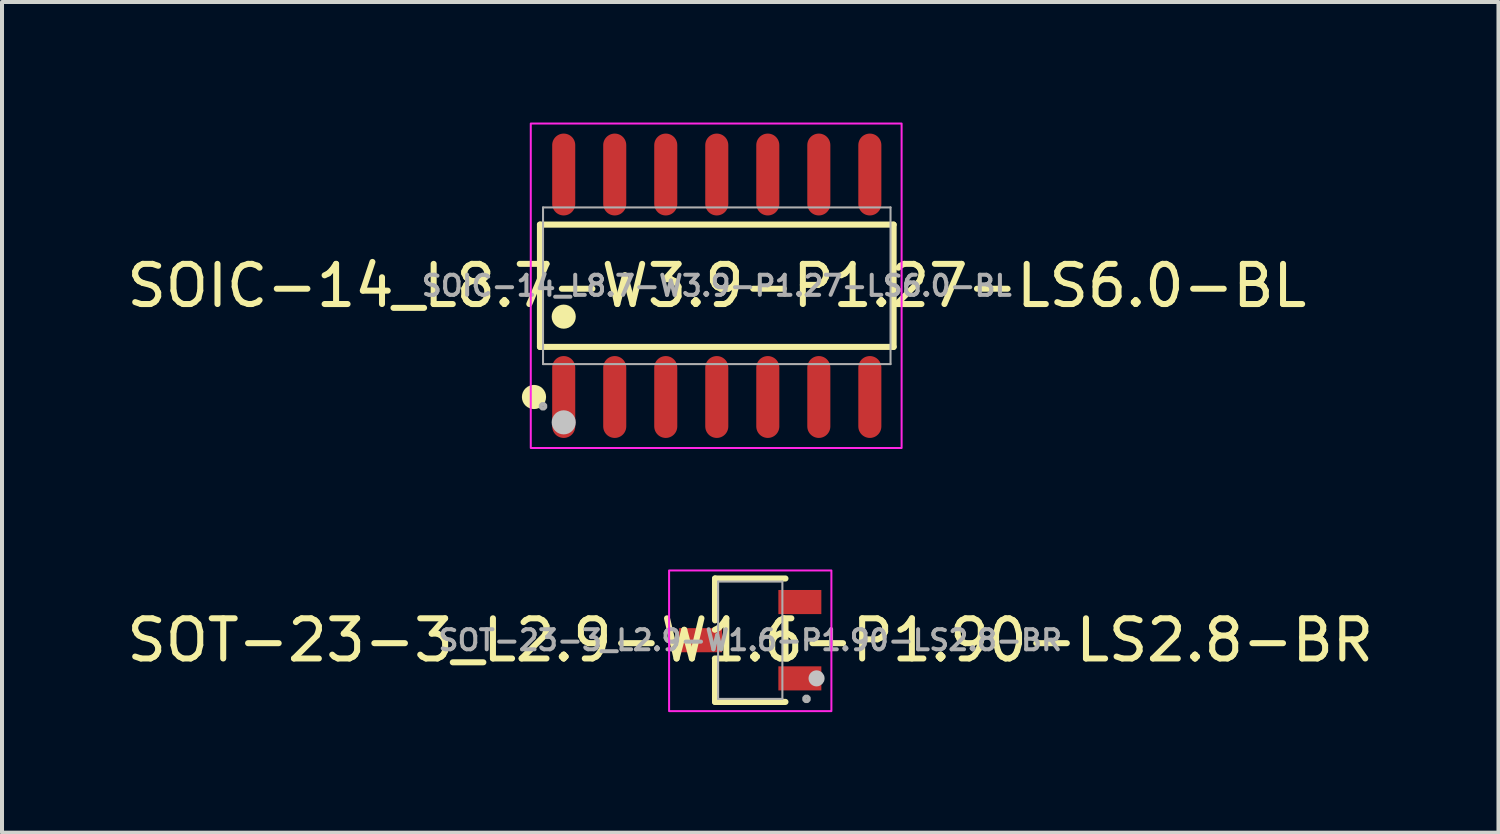
<source format=kicad_pcb>
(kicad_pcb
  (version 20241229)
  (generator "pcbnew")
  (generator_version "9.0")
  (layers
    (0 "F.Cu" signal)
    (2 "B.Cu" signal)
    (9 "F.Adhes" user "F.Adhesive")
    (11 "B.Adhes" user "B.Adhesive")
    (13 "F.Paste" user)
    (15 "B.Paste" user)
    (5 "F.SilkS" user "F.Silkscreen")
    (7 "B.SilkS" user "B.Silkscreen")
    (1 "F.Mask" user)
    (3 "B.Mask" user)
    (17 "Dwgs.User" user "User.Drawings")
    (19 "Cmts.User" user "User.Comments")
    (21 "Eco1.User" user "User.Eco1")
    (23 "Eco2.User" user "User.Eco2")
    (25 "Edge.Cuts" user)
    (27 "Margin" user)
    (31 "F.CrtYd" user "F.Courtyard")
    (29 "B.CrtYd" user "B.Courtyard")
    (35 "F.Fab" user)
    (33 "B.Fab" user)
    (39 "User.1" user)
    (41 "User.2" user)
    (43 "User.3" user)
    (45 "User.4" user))
  (footprint "SOT-23-3_L2.9-W1.6-P1.90-LS2.8-BR"
    (layer "F.Cu")
    (at 15.625 12.886)
    (property "Reference" "SOT-23-3_L2.9-W1.6-P1.90-LS2.8-BR" (at 0 0 0) (layer "F.SilkS") (effects (font (size 1 1) (thickness 0.15))))
    (fp_line (start -0.876 -1.536) (end -0.876 -0.494) (stroke (width 0.152) (type default)) (layer "F.SilkS"))
    (fp_line (start -0.876 1.536) (end -0.876 0.494) (stroke (width 0.152) (type default)) (layer "F.SilkS"))
    (fp_line (start 0.876 -1.536) (end -0.876 -1.536) (stroke (width 0.152) (type default)) (layer "F.SilkS"))
    (fp_line (start 0.876 -0.456) (end 0.876 0.456) (stroke (width 0.152) (type default)) (layer "F.SilkS"))
    (fp_line (start 0.876 1.536) (end -0.876 1.536) (stroke (width 0.152) (type default)) (layer "F.SilkS"))
    (fp_circle (center 1.651 0.95) (end 1.751 0.95) (stroke (width 0.2) (type default)) (fill no) (layer "Dwgs.User"))
    (fp_rect (start -2.02 -1.736) (end 2.02 1.765) (stroke (width 0.05) (type default)) (fill no) (layer "F.CrtYd"))
    (fp_line (start -0.8 -1.46) (end 0.8 -1.46) (stroke (width 0.051) (type default)) (layer "F.Fab"))
    (fp_line (start -0.8 1.46) (end -0.8 -1.46) (stroke (width 0.051) (type default)) (layer "F.Fab"))
    (fp_line (start 0.8 -1.46) (end 0.8 1.46) (stroke (width 0.051) (type default)) (layer "F.Fab"))
    (fp_line (start 0.8 1.46) (end -0.8 1.46) (stroke (width 0.051) (type default)) (layer "F.Fab"))
    (fp_poly (pts (xy 1.455 1.437) (xy 1.423 1.405) (xy 1.377 1.405) (xy 1.345 1.437) (xy 1.345 1.483) (xy 1.377 1.515) (xy 1.423 1.515) (xy 1.455 1.483)) (stroke (width 0.1) (type default)) (fill no) (layer "F.Fab"))
    (fp_poly (pts (xy -0.96 0.2) (xy -0.96 -0.2) (xy -0.79 -0.2) (xy -0.79 0.2)) (stroke (width 0.1) (type default)) (fill no) (layer "User.1"))
    (fp_poly (pts (xy -0.95 0.2) (xy -0.95 -0.2) (xy -1.4 -0.2) (xy -1.4 0.2)) (stroke (width 0.1) (type default)) (fill no) (layer "User.1"))
    (fp_poly (pts (xy 0.79 -0.75) (xy 0.79 -1.15) (xy 0.96 -1.15) (xy 0.96 -0.75)) (stroke (width 0.1) (type default)) (fill no) (layer "User.1"))
    (fp_poly (pts (xy 0.79 1.15) (xy 0.79 0.75) (xy 0.96 0.75) (xy 0.96 1.15)) (stroke (width 0.1) (type default)) (fill no) (layer "User.1"))
    (fp_poly (pts (xy 0.95 -0.75) (xy 0.95 -1.15) (xy 1.4 -1.15) (xy 1.4 -0.75)) (stroke (width 0.1) (type default)) (fill no) (layer "User.1"))
    (fp_poly (pts (xy 0.95 1.15) (xy 0.95 0.75) (xy 1.4 0.75) (xy 1.4 1.15)) (stroke (width 0.1) (type default)) (fill no) (layer "User.1"))
    (fp_text user "${REFERENCE}" (at 0 0 0) (layer "F.Fab") (effects (font (size 0.5 0.5) (thickness 0.1))))
    (pad "1" smd rect (at 1.235 0.95) (size 1.07 0.6) (layers "F.Cu" "F.Mask" "F.Paste"))
    (pad "2" smd rect (at 1.235 -0.95) (size 1.07 0.6) (layers "F.Cu" "F.Mask" "F.Paste"))
    (pad "3" smd rect (at -1.235 0) (size 1.07 0.6) (layers "F.Cu" "F.Mask" "F.Paste")))
  (footprint "SOIC-14_L8.7-W3.9-P1.27-LS6.0-BL"
    (layer "F.Cu")
    (at 14.792 4.063)
    (property "Reference" "SOIC-14_L8.7-W3.9-P1.27-LS6.0-BL" (at 0 0 0) (layer "F.SilkS") (effects (font (size 1 1) (thickness 0.15))))
    (fp_line (start -4.401 -1.522) (end 4.401 -1.522) (stroke (width 0.152) (type default)) (layer "F.SilkS"))
    (fp_line (start -4.401 1.522) (end -4.401 -1.522) (stroke (width 0.152) (type default)) (layer "F.SilkS"))
    (fp_line (start 4.401 -1.522) (end 4.401 1.522) (stroke (width 0.152) (type default)) (layer "F.SilkS"))
    (fp_line (start 4.401 1.522) (end -4.401 1.522) (stroke (width 0.152) (type default)) (layer "F.SilkS"))
    (fp_circle (center -4.55 2.769) (end -4.399 2.769) (stroke (width 0.3) (type default)) (fill no) (layer "F.SilkS"))
    (fp_circle (center -3.81 0.769) (end -3.66 0.769) (stroke (width 0.3) (type default)) (fill no) (layer "F.SilkS"))
    (fp_circle (center -3.81 3.4) (end -3.66 3.4) (stroke (width 0.3) (type default)) (fill no) (layer "Dwgs.User"))
    (fp_rect (start -4.63 -4.038) (end 4.601 4.038) (stroke (width 0.05) (type default)) (fill no) (layer "F.CrtYd"))
    (fp_line (start -4.325 -1.95) (end 4.325 -1.95) (stroke (width 0.051) (type default)) (layer "F.Fab"))
    (fp_line (start -4.325 1.95) (end -4.325 -1.95) (stroke (width 0.051) (type default)) (layer "F.Fab"))
    (fp_line (start 4.325 -1.95) (end 4.325 1.95) (stroke (width 0.051) (type default)) (layer "F.Fab"))
    (fp_line (start 4.325 1.95) (end -4.325 1.95) (stroke (width 0.051) (type default)) (layer "F.Fab"))
    (fp_poly (pts (xy -4.27 2.977) (xy -4.302 2.945) (xy -4.348 2.945) (xy -4.38 2.977) (xy -4.38 3.023) (xy -4.348 3.055) (xy -4.302 3.055) (xy -4.27 3.023)) (stroke (width 0.1) (type default)) (fill no) (layer "F.Fab"))
    (fp_poly (pts (xy -4.015 -3) (xy -4.015 -2.165) (xy -3.605 -2.165) (xy -3.605 -3)) (stroke (width 0.1) (type default)) (fill no) (layer "User.1"))
    (fp_poly (pts (xy -4.015 -2.175) (xy -4.015 -1.94) (xy -3.605 -1.94) (xy -3.605 -2.175)) (stroke (width 0.1) (type default)) (fill no) (layer "User.1"))
    (fp_poly (pts (xy -4.015 2.175) (xy -4.015 1.94) (xy -3.605 1.94) (xy -3.605 2.175)) (stroke (width 0.1) (type default)) (fill no) (layer "User.1"))
    (fp_poly (pts (xy -4.015 3) (xy -4.015 2.165) (xy -3.605 2.165) (xy -3.605 3)) (stroke (width 0.1) (type default)) (fill no) (layer "User.1"))
    (fp_poly (pts (xy -2.745 -3) (xy -2.745 -2.165) (xy -2.335 -2.165) (xy -2.335 -3)) (stroke (width 0.1) (type default)) (fill no) (layer "User.1"))
    (fp_poly (pts (xy -2.745 -2.175) (xy -2.745 -1.94) (xy -2.335 -1.94) (xy -2.335 -2.175)) (stroke (width 0.1) (type default)) (fill no) (layer "User.1"))
    (fp_poly (pts (xy -2.745 2.175) (xy -2.745 1.94) (xy -2.335 1.94) (xy -2.335 2.175)) (stroke (width 0.1) (type default)) (fill no) (layer "User.1"))
    (fp_poly (pts (xy -2.745 3) (xy -2.745 2.165) (xy -2.335 2.165) (xy -2.335 3)) (stroke (width 0.1) (type default)) (fill no) (layer "User.1"))
    (fp_poly (pts (xy -1.475 -3) (xy -1.475 -2.165) (xy -1.065 -2.165) (xy -1.065 -3)) (stroke (width 0.1) (type default)) (fill no) (layer "User.1"))
    (fp_poly (pts (xy -1.475 -2.175) (xy -1.475 -1.94) (xy -1.065 -1.94) (xy -1.065 -2.175)) (stroke (width 0.1) (type default)) (fill no) (layer "User.1"))
    (fp_poly (pts (xy -1.475 2.175) (xy -1.475 1.94) (xy -1.065 1.94) (xy -1.065 2.175)) (stroke (width 0.1) (type default)) (fill no) (layer "User.1"))
    (fp_poly (pts (xy -1.475 3) (xy -1.475 2.165) (xy -1.065 2.165) (xy -1.065 3)) (stroke (width 0.1) (type default)) (fill no) (layer "User.1"))
    (fp_poly (pts (xy -0.205 -3) (xy -0.205 -2.165) (xy 0.205 -2.165) (xy 0.205 -3)) (stroke (width 0.1) (type default)) (fill no) (layer "User.1"))
    (fp_poly (pts (xy -0.205 -2.175) (xy -0.205 -1.94) (xy 0.205 -1.94) (xy 0.205 -2.175)) (stroke (width 0.1) (type default)) (fill no) (layer "User.1"))
    (fp_poly (pts (xy -0.205 2.175) (xy -0.205 1.94) (xy 0.205 1.94) (xy 0.205 2.175)) (stroke (width 0.1) (type default)) (fill no) (layer "User.1"))
    (fp_poly (pts (xy -0.205 3) (xy -0.205 2.165) (xy 0.205 2.165) (xy 0.205 3)) (stroke (width 0.1) (type default)) (fill no) (layer "User.1"))
    (fp_poly (pts (xy 1.065 -3) (xy 1.065 -2.165) (xy 1.475 -2.165) (xy 1.475 -3)) (stroke (width 0.1) (type default)) (fill no) (layer "User.1"))
    (fp_poly (pts (xy 1.065 -2.175) (xy 1.065 -1.94) (xy 1.475 -1.94) (xy 1.475 -2.175)) (stroke (width 0.1) (type default)) (fill no) (layer "User.1"))
    (fp_poly (pts (xy 1.065 2.175) (xy 1.065 1.94) (xy 1.475 1.94) (xy 1.475 2.175)) (stroke (width 0.1) (type default)) (fill no) (layer "User.1"))
    (fp_poly (pts (xy 1.065 3) (xy 1.065 2.165) (xy 1.475 2.165) (xy 1.475 3)) (stroke (width 0.1) (type default)) (fill no) (layer "User.1"))
    (fp_poly (pts (xy 2.335 -3) (xy 2.335 -2.165) (xy 2.745 -2.165) (xy 2.745 -3)) (stroke (width 0.1) (type default)) (fill no) (layer "User.1"))
    (fp_poly (pts (xy 2.335 -2.175) (xy 2.335 -1.94) (xy 2.745 -1.94) (xy 2.745 -2.175)) (stroke (width 0.1) (type default)) (fill no) (layer "User.1"))
    (fp_poly (pts (xy 2.335 2.175) (xy 2.335 1.94) (xy 2.745 1.94) (xy 2.745 2.175)) (stroke (width 0.1) (type default)) (fill no) (layer "User.1"))
    (fp_poly (pts (xy 2.335 3) (xy 2.335 2.165) (xy 2.745 2.165) (xy 2.745 3)) (stroke (width 0.1) (type default)) (fill no) (layer "User.1"))
    (fp_poly (pts (xy 3.605 -3) (xy 3.605 -2.165) (xy 4.015 -2.165) (xy 4.015 -3)) (stroke (width 0.1) (type default)) (fill no) (layer "User.1"))
    (fp_poly (pts (xy 3.605 -2.175) (xy 3.605 -1.94) (xy 4.015 -1.94) (xy 4.015 -2.175)) (stroke (width 0.1) (type default)) (fill no) (layer "User.1"))
    (fp_poly (pts (xy 3.605 2.175) (xy 3.605 1.94) (xy 4.015 1.94) (xy 4.015 2.175)) (stroke (width 0.1) (type default)) (fill no) (layer "User.1"))
    (fp_poly (pts (xy 3.605 3) (xy 3.605 2.165) (xy 4.015 2.165) (xy 4.015 3)) (stroke (width 0.1) (type default)) (fill no) (layer "User.1"))
    (fp_text user "${REFERENCE}" (at 0 0 0) (layer "F.Fab") (effects (font (size 0.5 0.5) (thickness 0.1))))
    (pad "1" smd oval (at -3.81 2.769) (size 0.574 2.038) (layers "F.Cu" "F.Mask" "F.Paste"))
    (pad "2" smd oval (at -2.54 2.769) (size 0.574 2.038) (layers "F.Cu" "F.Mask" "F.Paste"))
    (pad "3" smd oval (at -1.27 2.769) (size 0.574 2.038) (layers "F.Cu" "F.Mask" "F.Paste"))
    (pad "4" smd oval (at 0 2.769) (size 0.574 2.038) (layers "F.Cu" "F.Mask" "F.Paste"))
    (pad "5" smd oval (at 1.27 2.769) (size 0.574 2.038) (layers "F.Cu" "F.Mask" "F.Paste"))
    (pad "6" smd oval (at 2.54 2.769) (size 0.574 2.038) (layers "F.Cu" "F.Mask" "F.Paste"))
    (pad "7" smd oval (at 3.81 2.769) (size 0.574 2.038) (layers "F.Cu" "F.Mask" "F.Paste"))
    (pad "8" smd oval (at 3.81 -2.769) (size 0.574 2.038) (layers "F.Cu" "F.Mask" "F.Paste"))
    (pad "9" smd oval (at 2.54 -2.769) (size 0.574 2.038) (layers "F.Cu" "F.Mask" "F.Paste"))
    (pad "10" smd oval (at 1.27 -2.769) (size 0.574 2.038) (layers "F.Cu" "F.Mask" "F.Paste"))
    (pad "11" smd oval (at 0 -2.769) (size 0.574 2.038) (layers "F.Cu" "F.Mask" "F.Paste"))
    (pad "12" smd oval (at -1.27 -2.769) (size 0.574 2.038) (layers "F.Cu" "F.Mask" "F.Paste"))
    (pad "13" smd oval (at -2.54 -2.769) (size 0.574 2.038) (layers "F.Cu" "F.Mask" "F.Paste"))
    (pad "14" smd oval (at -3.81 -2.769) (size 0.574 2.038) (layers "F.Cu" "F.Mask" "F.Paste")))
  (gr_rect
    (start -3 -3)
    (end 34.25 17.677)
    (stroke (width 0.1) (type default))
    (fill no)
    (layer "Edge.Cuts")))
</source>
